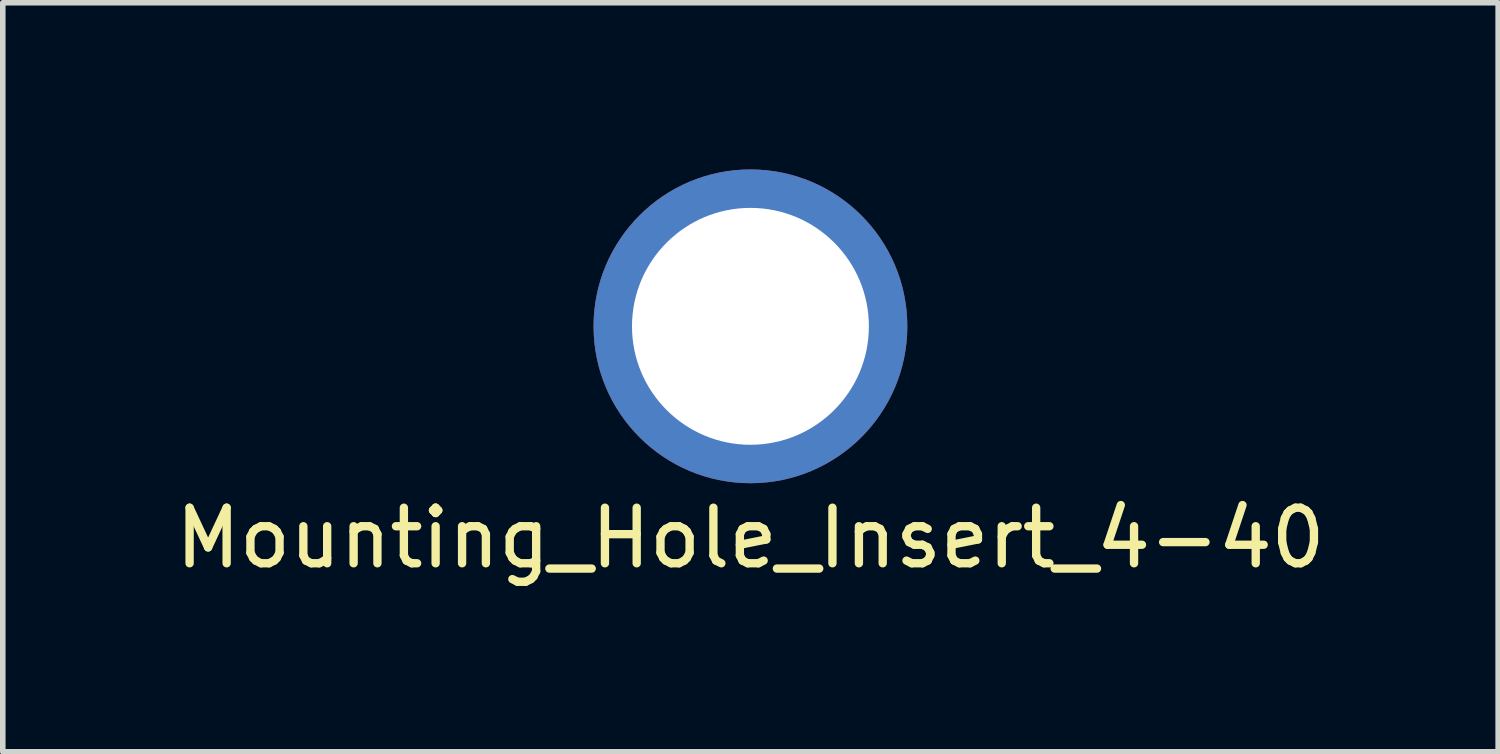
<source format=kicad_pcb>
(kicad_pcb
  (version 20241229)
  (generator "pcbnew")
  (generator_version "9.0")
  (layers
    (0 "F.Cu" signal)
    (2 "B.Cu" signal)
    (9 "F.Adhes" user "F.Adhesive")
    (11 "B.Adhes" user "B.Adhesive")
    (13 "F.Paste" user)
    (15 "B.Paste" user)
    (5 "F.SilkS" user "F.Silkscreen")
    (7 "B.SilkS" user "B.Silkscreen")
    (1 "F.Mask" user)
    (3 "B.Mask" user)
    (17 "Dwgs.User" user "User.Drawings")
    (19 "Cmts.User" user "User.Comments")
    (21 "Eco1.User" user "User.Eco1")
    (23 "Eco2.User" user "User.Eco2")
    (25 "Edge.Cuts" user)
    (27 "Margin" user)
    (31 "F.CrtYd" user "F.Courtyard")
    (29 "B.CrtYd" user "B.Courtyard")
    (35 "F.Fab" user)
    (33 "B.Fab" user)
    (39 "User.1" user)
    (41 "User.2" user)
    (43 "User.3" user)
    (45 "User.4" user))
  (footprint "Mounting_Hole_Insert_4-40"
    (layer "F.Cu")
    (at 10.458 2.824)
    (property "Reference" "Mounting_Hole_Insert_4-40" (at 0 3.81 0) (layer "F.SilkS") (effects (font (size 1 1) (thickness 0.15))))
    (attr through_hole)
    (pad "1" thru_hole circle (at 0 0) (size 5.648 5.648) (drill 4.264) (layers "*.Cu" "*.Mask")))
  (gr_rect
    (start -3 -3)
    (end 23.917 10.482)
    (stroke (width 0.1) (type default))
    (fill no)
    (layer "Edge.Cuts")))
</source>
